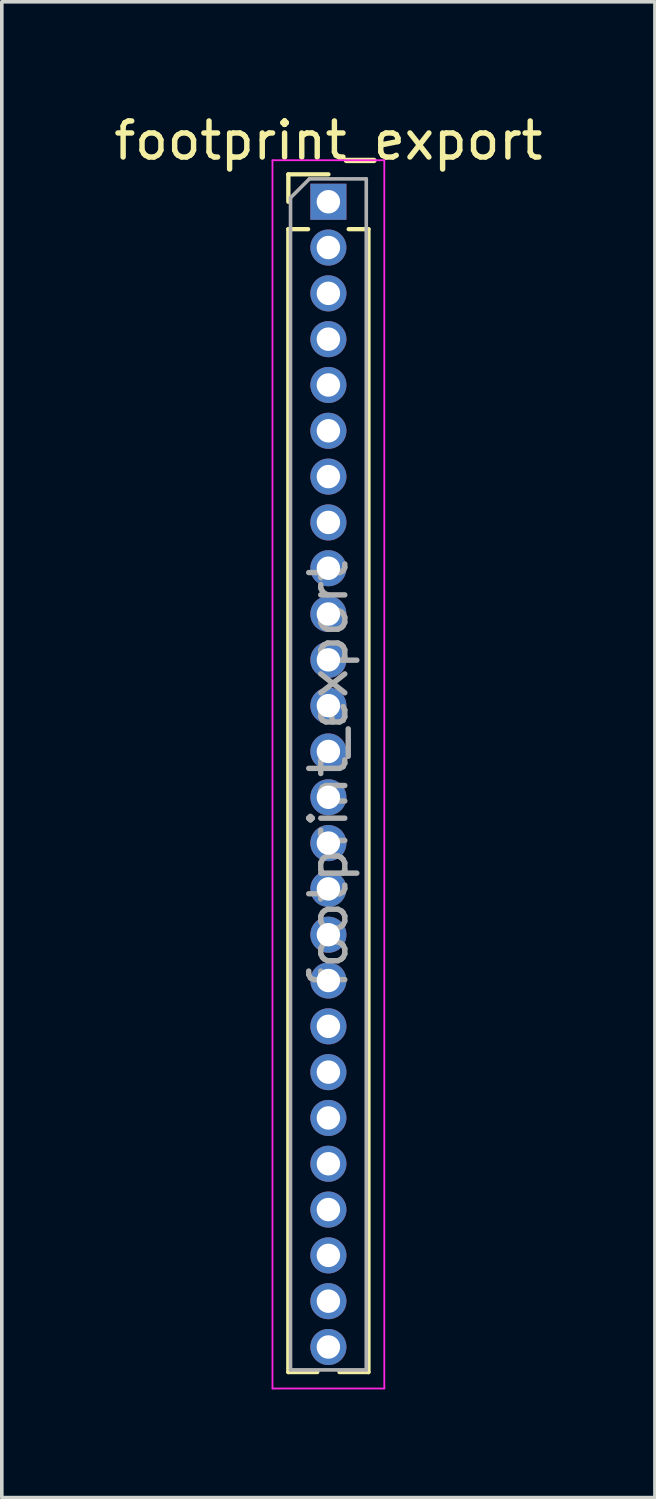
<source format=kicad_pcb>
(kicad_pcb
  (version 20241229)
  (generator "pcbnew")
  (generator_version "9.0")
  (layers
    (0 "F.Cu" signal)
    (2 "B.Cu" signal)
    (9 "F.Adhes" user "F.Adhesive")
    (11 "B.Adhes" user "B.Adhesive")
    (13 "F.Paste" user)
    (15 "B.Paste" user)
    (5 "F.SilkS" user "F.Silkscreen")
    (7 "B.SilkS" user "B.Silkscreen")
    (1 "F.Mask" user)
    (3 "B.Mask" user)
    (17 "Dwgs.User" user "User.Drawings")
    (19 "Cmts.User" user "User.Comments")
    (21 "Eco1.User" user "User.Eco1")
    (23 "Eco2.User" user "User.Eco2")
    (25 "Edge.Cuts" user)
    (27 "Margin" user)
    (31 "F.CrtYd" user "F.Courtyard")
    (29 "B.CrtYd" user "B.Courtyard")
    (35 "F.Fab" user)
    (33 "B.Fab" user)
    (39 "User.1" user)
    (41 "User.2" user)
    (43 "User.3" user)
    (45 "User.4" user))
  (footprint "footprint_export"
    (layer "F.Cu")
    (at 6.054 2.543)
    (property "Reference" "footprint_export" (at 0 -1.695 0) (layer "F.SilkS") (effects (font (size 1 1) (thickness 0.15))))
    (attr through_hole)
    (fp_line (start -1.11 -0.76) (end 0 -0.76) (stroke (width 0.12) (type solid)) (layer "F.SilkS"))
    (fp_line (start -1.11 0) (end -1.11 -0.76) (stroke (width 0.12) (type solid)) (layer "F.SilkS"))
    (fp_line (start -1.11 0.76) (end -1.11 32.445) (stroke (width 0.12) (type solid)) (layer "F.SilkS"))
    (fp_line (start -1.11 0.76) (end -0.563 0.76) (stroke (width 0.12) (type solid)) (layer "F.SilkS"))
    (fp_line (start -1.11 32.445) (end -0.308 32.445) (stroke (width 0.12) (type solid)) (layer "F.SilkS"))
    (fp_line (start 0.308 32.445) (end 1.11 32.445) (stroke (width 0.12) (type solid)) (layer "F.SilkS"))
    (fp_line (start 0.563 0.76) (end 1.11 0.76) (stroke (width 0.12) (type solid)) (layer "F.SilkS"))
    (fp_line (start 1.11 0.76) (end 1.11 32.445) (stroke (width 0.12) (type solid)) (layer "F.SilkS"))
    (fp_line (start -1.55 -1.15) (end -1.55 32.9) (stroke (width 0.05) (type solid)) (layer "F.CrtYd"))
    (fp_line (start -1.55 32.9) (end 1.55 32.9) (stroke (width 0.05) (type solid)) (layer "F.CrtYd"))
    (fp_line (start 1.55 -1.15) (end -1.55 -1.15) (stroke (width 0.05) (type solid)) (layer "F.CrtYd"))
    (fp_line (start 1.55 32.9) (end 1.55 -1.15) (stroke (width 0.05) (type solid)) (layer "F.CrtYd"))
    (fp_line (start -1.05 -0.11) (end -0.525 -0.635) (stroke (width 0.1) (type solid)) (layer "F.Fab"))
    (fp_line (start -1.05 32.385) (end -1.05 -0.11) (stroke (width 0.1) (type solid)) (layer "F.Fab"))
    (fp_line (start -0.525 -0.635) (end 1.05 -0.635) (stroke (width 0.1) (type solid)) (layer "F.Fab"))
    (fp_line (start 1.05 -0.635) (end 1.05 32.385) (stroke (width 0.1) (type solid)) (layer "F.Fab"))
    (fp_line (start 1.05 32.385) (end -1.05 32.385) (stroke (width 0.1) (type solid)) (layer "F.Fab"))
    (fp_text user "${REFERENCE}" (at 0 15.875 90) (layer "F.Fab") (effects (font (size 1 1) (thickness 0.15))))
    (pad "1" thru_hole rect (at 0 0) (size 1 1) (drill 0.65) (layers "*.Cu" "*.Mask"))
    (pad "2" thru_hole oval (at 0 1.27) (size 1 1) (drill 0.65) (layers "*.Cu" "*.Mask"))
    (pad "3" thru_hole oval (at 0 2.54) (size 1 1) (drill 0.65) (layers "*.Cu" "*.Mask"))
    (pad "4" thru_hole oval (at 0 3.81) (size 1 1) (drill 0.65) (layers "*.Cu" "*.Mask"))
    (pad "5" thru_hole oval (at 0 5.08) (size 1 1) (drill 0.65) (layers "*.Cu" "*.Mask"))
    (pad "6" thru_hole oval (at 0 6.35) (size 1 1) (drill 0.65) (layers "*.Cu" "*.Mask"))
    (pad "7" thru_hole oval (at 0 7.62) (size 1 1) (drill 0.65) (layers "*.Cu" "*.Mask"))
    (pad "8" thru_hole oval (at 0 8.89) (size 1 1) (drill 0.65) (layers "*.Cu" "*.Mask"))
    (pad "9" thru_hole oval (at 0 10.16) (size 1 1) (drill 0.65) (layers "*.Cu" "*.Mask"))
    (pad "10" thru_hole oval (at 0 11.43) (size 1 1) (drill 0.65) (layers "*.Cu" "*.Mask"))
    (pad "11" thru_hole oval (at 0 12.7) (size 1 1) (drill 0.65) (layers "*.Cu" "*.Mask"))
    (pad "12" thru_hole oval (at 0 13.97) (size 1 1) (drill 0.65) (layers "*.Cu" "*.Mask"))
    (pad "13" thru_hole oval (at 0 15.24) (size 1 1) (drill 0.65) (layers "*.Cu" "*.Mask"))
    (pad "14" thru_hole oval (at 0 16.51) (size 1 1) (drill 0.65) (layers "*.Cu" "*.Mask"))
    (pad "15" thru_hole oval (at 0 17.78) (size 1 1) (drill 0.65) (layers "*.Cu" "*.Mask"))
    (pad "16" thru_hole oval (at 0 19.05) (size 1 1) (drill 0.65) (layers "*.Cu" "*.Mask"))
    (pad "17" thru_hole oval (at 0 20.32) (size 1 1) (drill 0.65) (layers "*.Cu" "*.Mask"))
    (pad "18" thru_hole oval (at 0 21.59) (size 1 1) (drill 0.65) (layers "*.Cu" "*.Mask"))
    (pad "19" thru_hole oval (at 0 22.86) (size 1 1) (drill 0.65) (layers "*.Cu" "*.Mask"))
    (pad "20" thru_hole oval (at 0 24.13) (size 1 1) (drill 0.65) (layers "*.Cu" "*.Mask"))
    (pad "21" thru_hole oval (at 0 25.4) (size 1 1) (drill 0.65) (layers "*.Cu" "*.Mask"))
    (pad "22" thru_hole oval (at 0 26.67) (size 1 1) (drill 0.65) (layers "*.Cu" "*.Mask"))
    (pad "23" thru_hole oval (at 0 27.94) (size 1 1) (drill 0.65) (layers "*.Cu" "*.Mask"))
    (pad "24" thru_hole oval (at 0 29.21) (size 1 1) (drill 0.65) (layers "*.Cu" "*.Mask"))
    (pad "25" thru_hole oval (at 0 30.48) (size 1 1) (drill 0.65) (layers "*.Cu" "*.Mask"))
    (pad "26" thru_hole oval (at 0 31.75) (size 1 1) (drill 0.65) (layers "*.Cu" "*.Mask")))
  (gr_rect
    (start -3 -3)
    (end 15.107 38.468)
    (stroke (width 0.1) (type default))
    (fill no)
    (layer "Edge.Cuts")))
</source>
